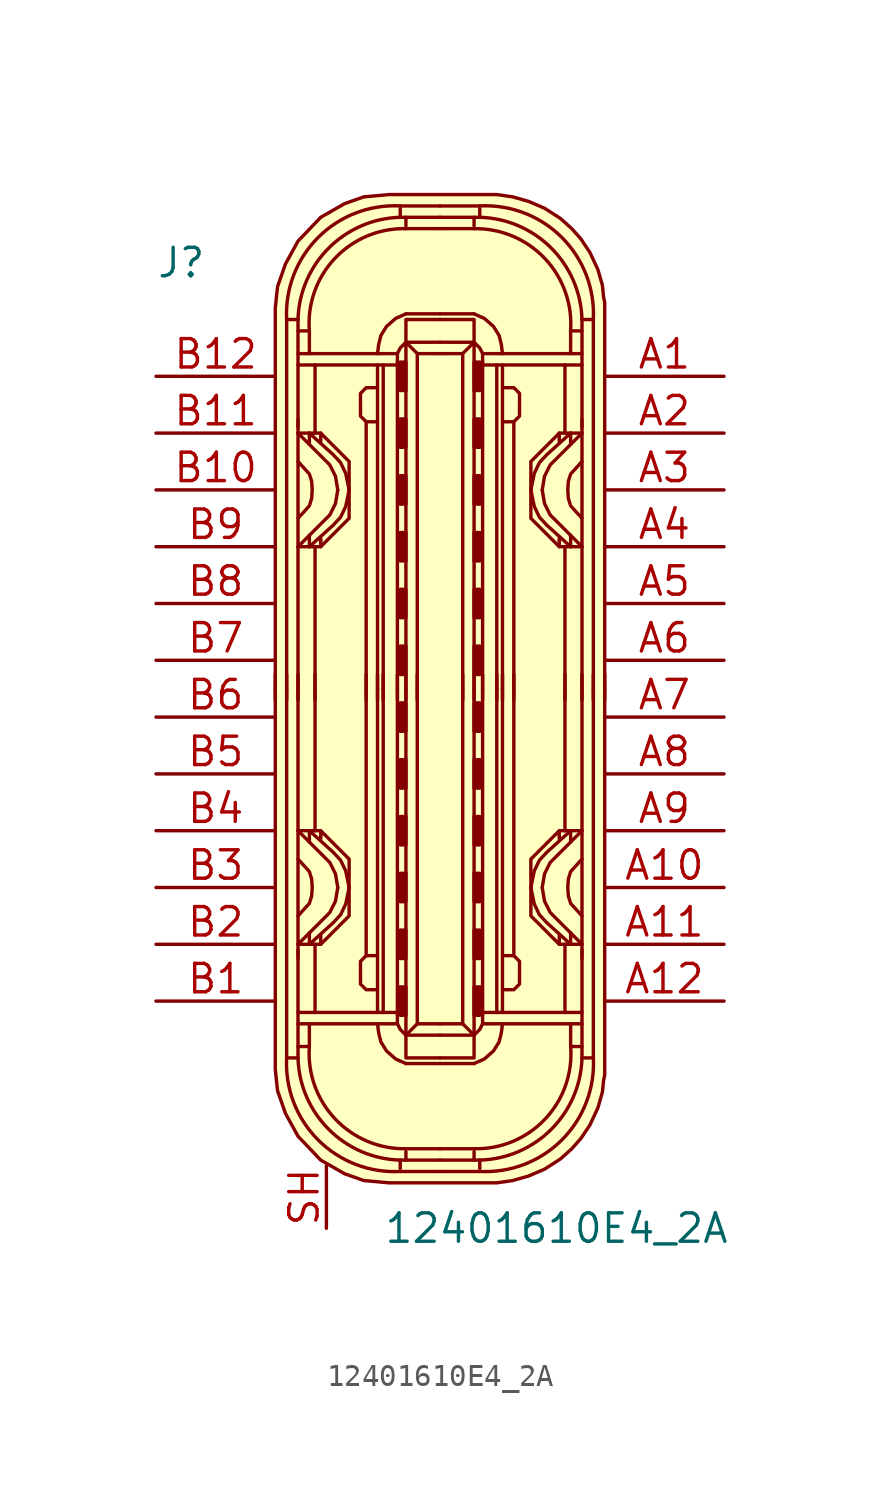
<source format=kicad_sym>
(kicad_symbol_lib
  (version 20201005)
  (generator kicad_symbol_editor)
  (symbol "12401610E4_2A"
    (pin_names
      (offset 1.016))
    (property "Reference" "J"
      (at -12.7 19.05 0)
      (effects (font (size 1.27 1.27)) (justify left)))
    (property "Value" "12401610E4_2A"
      (at -2.54 -24.13 0)
      (effects (font (size 1.27 1.27)) (justify left)))
    (symbol "12401610E4_2A_1_1"
      (arc (start -1.778 -21.59) (end -6.858 -16.51) (radius (at -2.032 -16.764) (length 4.826) (angles -87 177)) (stroke (width 0)) (fill (type none)))
      (arc (start -6.858 16.51) (end -1.778 21.59) (radius (at -2.032 16.764) (length 4.826) (angles -177 87)) (stroke (width 0)) (fill (type none)))
      (arc (start -6.35 -16.51) (end -1.778 -21.082) (radius (at -1.651 -16.383) (length 4.699) (angles -178.5 -91.5)) (stroke (width 0)) (fill (type none)))
      (arc (start -1.778 21.082) (end -6.35 16.51) (radius (at -1.651 16.383) (length 4.699) (angles 91.5 178.5)) (stroke (width 0)) (fill (type none)))
      (arc (start -5.842 -16.002) (end -1.524 -20.574) (radius (at -1.6002 -16.3322) (length 4.2672) (angles 175.5 -89)) (stroke (width 0)) (fill (type none)))
      (arc (start -1.524 20.574) (end -5.842 16.002) (radius (at -1.6002 16.3322) (length 4.2672) (angles 89 -175.5)) (stroke (width 0)) (fill (type none)))
      (arc (start 1.524 -20.574) (end 5.842 -16.002) (radius (at 1.6002 -16.3322) (length 4.2672) (angles -91 4.5)) (stroke (width 0)) (fill (type none)))
      (arc (start 5.842 16.002) (end 1.524 20.574) (radius (at 1.6002 16.3322) (length 4.2672) (angles -4.5 91)) (stroke (width 0)) (fill (type none)))
      (arc (start 1.778 -21.082) (end 6.35 -16.51) (radius (at 1.651 -16.383) (length 4.699) (angles -88.5 -1.5)) (stroke (width 0)) (fill (type none)))
      (arc (start 6.35 16.51) (end 1.778 21.082) (radius (at 1.651 16.383) (length 4.699) (angles 1.5 88.5)) (stroke (width 0)) (fill (type none)))
      (arc (start 6.858 -16.51) (end 1.778 -21.59) (radius (at 2.032 -16.764) (length 4.826) (angles 3 -93)) (stroke (width 0)) (fill (type none)))
      (arc (start 1.778 21.59) (end 6.858 16.51) (radius (at 2.032 16.764) (length 4.826) (angles 93 -3)) (stroke (width 0)) (fill (type none)))
      (rectangle (start -1.778 -14.605) (end -1.524 -13.335) (stroke (width 0)) (fill (type outline)))
      (rectangle (start -1.778 -12.065) (end -1.524 -10.795) (stroke (width 0)) (fill (type outline)))
      (rectangle (start -1.778 -9.525) (end -1.524 -8.255) (stroke (width 0)) (fill (type outline)))
      (rectangle (start -1.778 -6.985) (end -1.524 -5.715) (stroke (width 0)) (fill (type outline)))
      (rectangle (start -1.778 -4.445) (end -1.524 -3.175) (stroke (width 0)) (fill (type outline)))
      (rectangle (start -1.778 -1.905) (end -1.524 -0.635) (stroke (width 0)) (fill (type outline)))
      (rectangle (start -1.778 1.905) (end -1.524 0.635) (stroke (width 0)) (fill (type outline)))
      (rectangle (start -1.778 4.445) (end -1.524 3.175) (stroke (width 0)) (fill (type outline)))
      (rectangle (start -1.778 6.985) (end -1.524 5.715) (stroke (width 0)) (fill (type outline)))
      (rectangle (start -1.778 9.525) (end -1.524 8.255) (stroke (width 0)) (fill (type outline)))
      (rectangle (start -1.778 12.065) (end -1.524 10.795) (stroke (width 0)) (fill (type outline)))
      (rectangle (start -1.778 14.605) (end -1.524 13.335) (stroke (width 0)) (fill (type outline)))
      (rectangle (start 1.778 -14.605) (end 1.524 -13.335) (stroke (width 0)) (fill (type outline)))
      (rectangle (start 1.778 -12.065) (end 1.524 -10.795) (stroke (width 0)) (fill (type outline)))
      (rectangle (start 1.778 -9.525) (end 1.524 -8.255) (stroke (width 0)) (fill (type outline)))
      (rectangle (start 1.778 -6.985) (end 1.524 -5.715) (stroke (width 0)) (fill (type outline)))
      (rectangle (start 1.778 -4.445) (end 1.524 -3.175) (stroke (width 0)) (fill (type outline)))
      (rectangle (start 1.778 -1.905) (end 1.524 -0.635) (stroke (width 0)) (fill (type outline)))
      (rectangle (start 1.778 1.905) (end 1.524 0.635) (stroke (width 0)) (fill (type outline)))
      (rectangle (start 1.778 4.445) (end 1.524 3.175) (stroke (width 0)) (fill (type outline)))
      (rectangle (start 1.778 6.985) (end 1.524 5.715) (stroke (width 0)) (fill (type outline)))
      (rectangle (start 1.778 9.525) (end 1.524 8.255) (stroke (width 0)) (fill (type outline)))
      (rectangle (start 1.778 12.065) (end 1.524 10.795) (stroke (width 0)) (fill (type outline)))
      (rectangle (start 1.778 14.605) (end 1.524 13.335) (stroke (width 0)) (fill (type outline)))
      (polyline (pts (xy -7.366 -0.508) (xy -7.366 0.635)) (stroke (width 0)) (fill (type none)))
      (polyline (pts (xy -6.858 -0.508) (xy -6.858 0.635)) (stroke (width 0)) (fill (type none)))
      (polyline (pts (xy -6.35 -14.986) (xy -1.905 -14.986)) (stroke (width 0)) (fill (type none)))
      (polyline (pts (xy -6.35 -12.065) (xy -6.35 0)) (stroke (width 0)) (fill (type none)))
      (polyline (pts (xy -6.35 -0.508) (xy -6.35 0.635)) (stroke (width 0)) (fill (type none)))
      (polyline (pts (xy -6.35 12.065) (xy -6.35 0)) (stroke (width 0)) (fill (type none)))
      (polyline (pts (xy -6.35 14.986) (xy -1.905 14.986)) (stroke (width 0)) (fill (type none)))
      (polyline (pts (xy -5.842 -11.43) (xy -5.842 -10.922)) (stroke (width 0)) (fill (type none)))
      (polyline (pts (xy -5.842 -6.35) (xy -5.842 -6.858)) (stroke (width 0)) (fill (type none)))
      (polyline (pts (xy -5.842 6.35) (xy -5.842 6.858)) (stroke (width 0)) (fill (type none)))
      (polyline (pts (xy -5.842 11.43) (xy -5.842 10.922)) (stroke (width 0)) (fill (type none)))
      (polyline (pts (xy -5.588 -14.478) (xy -5.588 -11.43)) (stroke (width 0)) (fill (type none)))
      (polyline (pts (xy -5.588 -6.35) (xy -5.588 0)) (stroke (width 0)) (fill (type none)))
      (polyline (pts (xy -5.588 -0.508) (xy -5.588 0.635)) (stroke (width 0)) (fill (type none)))
      (polyline (pts (xy -5.588 6.35) (xy -5.588 0)) (stroke (width 0)) (fill (type none)))
      (polyline (pts (xy -5.588 14.478) (xy -5.588 11.43)) (stroke (width 0)) (fill (type none)))
      (polyline (pts (xy -5.334 -11.43) (xy -5.334 -11.049)) (stroke (width 0)) (fill (type none)))
      (polyline (pts (xy -5.334 -6.604) (xy -5.334 -6.731)) (stroke (width 0)) (fill (type none)))
      (polyline (pts (xy -5.334 -6.35) (xy -5.334 -6.604)) (stroke (width 0)) (fill (type none)))
      (polyline (pts (xy -5.334 6.35) (xy -5.334 6.604)) (stroke (width 0)) (fill (type none)))
      (polyline (pts (xy -5.334 6.604) (xy -5.334 6.731)) (stroke (width 0)) (fill (type none)))
      (polyline (pts (xy -5.334 11.43) (xy -5.334 11.049)) (stroke (width 0)) (fill (type none)))
      (polyline (pts (xy -3.302 -0.508) (xy -3.302 0.635)) (stroke (width 0)) (fill (type none)))
      (polyline (pts (xy -3.302 0) (xy -3.302 -11.938)) (stroke (width 0)) (fill (type none)))
      (polyline (pts (xy -3.302 0) (xy -3.302 11.938)) (stroke (width 0)) (fill (type none)))
      (polyline (pts (xy -2.794 -0.508) (xy -2.794 0.635)) (stroke (width 0)) (fill (type none)))
      (polyline (pts (xy -2.794 0) (xy -2.794 -14.478)) (stroke (width 0)) (fill (type none)))
      (polyline (pts (xy -2.794 0) (xy -2.794 14.478)) (stroke (width 0)) (fill (type none)))
      (polyline (pts (xy -2.54 -14.478) (xy -2.54 0)) (stroke (width 0)) (fill (type none)))
      (polyline (pts (xy -2.54 -0.508) (xy -2.54 0.635)) (stroke (width 0)) (fill (type none)))
      (polyline (pts (xy -2.54 14.478) (xy -2.54 0)) (stroke (width 0)) (fill (type none)))
      (polyline (pts (xy -1.905 -14.478) (xy -6.35 -14.478)) (stroke (width 0)) (fill (type none)))
      (polyline (pts (xy -1.905 -0.508) (xy -1.905 0.635)) (stroke (width 0)) (fill (type none)))
      (polyline (pts (xy -1.905 0) (xy -1.905 -14.605)) (stroke (width 0)) (fill (type none)))
      (polyline (pts (xy -1.905 0) (xy -1.905 14.605)) (stroke (width 0)) (fill (type none)))
      (polyline (pts (xy -1.905 14.478) (xy -6.35 14.478)) (stroke (width 0)) (fill (type none)))
      (polyline (pts (xy -1.778 -21.59) (xy 0 -21.59)) (stroke (width 0)) (fill (type background)))
      (polyline (pts (xy -1.778 -21.082) (xy -1.778 -21.463)) (stroke (width 0)) (fill (type none)))
      (polyline (pts (xy -1.778 -21.082) (xy 0 -21.082)) (stroke (width 0)) (fill (type none)))
      (polyline (pts (xy -1.778 21.082) (xy -1.778 21.463)) (stroke (width 0)) (fill (type none)))
      (polyline (pts (xy -1.778 21.082) (xy 0 21.082)) (stroke (width 0)) (fill (type none)))
      (polyline (pts (xy -1.778 21.59) (xy 0 21.59)) (stroke (width 0)) (fill (type background)))
      (polyline (pts (xy -1.524 -20.701) (xy -1.524 -21.082)) (stroke (width 0)) (fill (type none)))
      (polyline (pts (xy -1.524 -20.574) (xy 0 -20.574)) (stroke (width 0)) (fill (type none)))
      (polyline (pts (xy -1.524 -0.508) (xy -1.524 0.635)) (stroke (width 0)) (fill (type none)))
      (polyline (pts (xy -1.524 20.574) (xy 0 20.574)) (stroke (width 0)) (fill (type none)))
      (polyline (pts (xy -1.524 20.701) (xy -1.524 21.082)) (stroke (width 0)) (fill (type none)))
      (polyline (pts (xy -1.016 -14.986) (xy -1.524 -15.494)) (stroke (width 0)) (fill (type none)))
      (polyline (pts (xy -1.016 -0.508) (xy -1.016 0.635)) (stroke (width 0)) (fill (type none)))
      (polyline (pts (xy -1.016 14.986) (xy -1.524 15.494)) (stroke (width 0)) (fill (type none)))
      (polyline (pts (xy 0 -16.764) (xy -1.524 -16.764)) (stroke (width 0)) (fill (type none)))
      (polyline (pts (xy 0 -16.764) (xy 1.524 -16.764)) (stroke (width 0)) (fill (type none)))
      (polyline (pts (xy 0 16.764) (xy -1.524 16.764)) (stroke (width 0)) (fill (type none)))
      (polyline (pts (xy 0 16.764) (xy 1.524 16.764)) (stroke (width 0)) (fill (type none)))
      (polyline (pts (xy 1.016 -14.986) (xy 1.524 -15.494)) (stroke (width 0)) (fill (type none)))
      (polyline (pts (xy 1.016 -0.508) (xy 1.016 0.635)) (stroke (width 0)) (fill (type none)))
      (polyline (pts (xy 1.016 14.986) (xy 1.524 15.494)) (stroke (width 0)) (fill (type none)))
      (polyline (pts (xy 1.524 -20.701) (xy 1.524 -21.082)) (stroke (width 0)) (fill (type none)))
      (polyline (pts (xy 1.524 -20.574) (xy 0 -20.574)) (stroke (width 0)) (fill (type none)))
      (polyline (pts (xy 1.524 -0.508) (xy 1.524 0.635)) (stroke (width 0)) (fill (type none)))
      (polyline (pts (xy 1.524 20.574) (xy 0 20.574)) (stroke (width 0)) (fill (type none)))
      (polyline (pts (xy 1.524 20.701) (xy 1.524 21.082)) (stroke (width 0)) (fill (type none)))
      (polyline (pts (xy 1.778 -21.59) (xy 0 -21.59)) (stroke (width 0)) (fill (type background)))
      (polyline (pts (xy 1.778 -21.082) (xy 0 -21.082)) (stroke (width 0)) (fill (type none)))
      (polyline (pts (xy 1.778 -21.082) (xy 1.778 -21.463)) (stroke (width 0)) (fill (type none)))
      (polyline (pts (xy 1.778 21.082) (xy 0 21.082)) (stroke (width 0)) (fill (type none)))
      (polyline (pts (xy 1.778 21.082) (xy 1.778 21.463)) (stroke (width 0)) (fill (type none)))
      (polyline (pts (xy 1.778 21.59) (xy 0 21.59)) (stroke (width 0)) (fill (type background)))
      (polyline (pts (xy 1.905 -14.478) (xy 6.35 -14.478)) (stroke (width 0)) (fill (type none)))
      (polyline (pts (xy 1.905 -0.508) (xy 1.905 0.635)) (stroke (width 0)) (fill (type none)))
      (polyline (pts (xy 1.905 0) (xy 1.905 -14.605)) (stroke (width 0)) (fill (type none)))
      (polyline (pts (xy 1.905 0) (xy 1.905 14.605)) (stroke (width 0)) (fill (type none)))
      (polyline (pts (xy 1.905 14.478) (xy 6.35 14.478)) (stroke (width 0)) (fill (type none)))
      (polyline (pts (xy 2.54 -14.478) (xy 2.54 0)) (stroke (width 0)) (fill (type none)))
      (polyline (pts (xy 2.54 -0.508) (xy 2.54 0.635)) (stroke (width 0)) (fill (type none)))
      (polyline (pts (xy 2.54 14.478) (xy 2.54 0)) (stroke (width 0)) (fill (type none)))
      (polyline (pts (xy 2.794 -0.508) (xy 2.794 0.635)) (stroke (width 0)) (fill (type none)))
      (polyline (pts (xy 2.794 0) (xy 2.794 -14.478)) (stroke (width 0)) (fill (type none)))
      (polyline (pts (xy 2.794 0) (xy 2.794 14.478)) (stroke (width 0)) (fill (type none)))
      (polyline (pts (xy 3.302 -0.508) (xy 3.302 0.635)) (stroke (width 0)) (fill (type none)))
      (polyline (pts (xy 3.302 0) (xy 3.302 -11.938)) (stroke (width 0)) (fill (type none)))
      (polyline (pts (xy 3.302 0) (xy 3.302 11.938)) (stroke (width 0)) (fill (type none)))
      (polyline (pts (xy 5.334 -11.43) (xy 5.334 -11.049)) (stroke (width 0)) (fill (type none)))
      (polyline (pts (xy 5.334 -6.604) (xy 5.334 -6.731)) (stroke (width 0)) (fill (type none)))
      (polyline (pts (xy 5.334 -6.35) (xy 5.334 -6.604)) (stroke (width 0)) (fill (type none)))
      (polyline (pts (xy 5.334 6.35) (xy 5.334 6.604)) (stroke (width 0)) (fill (type none)))
      (polyline (pts (xy 5.334 6.604) (xy 5.334 6.731)) (stroke (width 0)) (fill (type none)))
      (polyline (pts (xy 5.334 11.43) (xy 5.334 11.049)) (stroke (width 0)) (fill (type none)))
      (polyline (pts (xy 5.588 -14.478) (xy 5.588 -11.43)) (stroke (width 0)) (fill (type none)))
      (polyline (pts (xy 5.588 -6.35) (xy 5.588 0)) (stroke (width 0)) (fill (type none)))
      (polyline (pts (xy 5.588 -0.508) (xy 5.588 0.635)) (stroke (width 0)) (fill (type none)))
      (polyline (pts (xy 5.588 6.35) (xy 5.588 0)) (stroke (width 0)) (fill (type none)))
      (polyline (pts (xy 5.588 14.478) (xy 5.588 11.43)) (stroke (width 0)) (fill (type none)))
      (polyline (pts (xy 5.842 -11.43) (xy 5.842 -10.922)) (stroke (width 0)) (fill (type none)))
      (polyline (pts (xy 5.842 -6.35) (xy 5.842 -6.858)) (stroke (width 0)) (fill (type none)))
      (polyline (pts (xy 5.842 6.35) (xy 5.842 6.858)) (stroke (width 0)) (fill (type none)))
      (polyline (pts (xy 5.842 11.43) (xy 5.842 10.922)) (stroke (width 0)) (fill (type none)))
      (polyline (pts (xy 6.35 -14.986) (xy 1.905 -14.986)) (stroke (width 0)) (fill (type none)))
      (polyline (pts (xy 6.35 -12.065) (xy 6.35 0)) (stroke (width 0)) (fill (type none)))
      (polyline (pts (xy 6.35 -0.508) (xy 6.35 0.635)) (stroke (width 0)) (fill (type none)))
      (polyline (pts (xy 6.35 12.065) (xy 6.35 0)) (stroke (width 0)) (fill (type none)))
      (polyline (pts (xy 6.35 14.986) (xy 1.905 14.986)) (stroke (width 0)) (fill (type none)))
      (polyline (pts (xy 6.858 -0.508) (xy 6.858 0.635)) (stroke (width 0)) (fill (type none)))
      (polyline (pts (xy 7.366 -0.508) (xy 7.366 0.635)) (stroke (width 0)) (fill (type none)))
      (polyline (pts (xy -6.35 -16.51) (xy -6.858 -16.51) (xy -6.858 0)) (stroke (width 0)) (fill (type none)))
      (polyline (pts (xy -6.35 -11.684) (xy -6.35 -15.875) (xy -6.35 -16.51)) (stroke (width 0)) (fill (type none)))
      (polyline (pts (xy -6.35 11.684) (xy -6.35 15.875) (xy -6.35 16.51)) (stroke (width 0)) (fill (type none)))
      (polyline (pts (xy -6.35 16.51) (xy -6.858 16.51) (xy -6.858 0)) (stroke (width 0)) (fill (type none)))
      (polyline (pts (xy -5.842 -14.986) (xy -5.842 -16.002) (xy -6.35 -16.002)) (stroke (width 0)) (fill (type none)))
      (polyline (pts (xy -5.842 14.986) (xy -5.842 16.002) (xy -6.35 16.002)) (stroke (width 0)) (fill (type none)))
      (polyline (pts (xy -1.524 0) (xy -1.524 -15.494) (xy 0 -15.494)) (stroke (width 0)) (fill (type none)))
      (polyline (pts (xy -1.524 0) (xy -1.524 15.494) (xy 0 15.494)) (stroke (width 0)) (fill (type none)))
      (polyline (pts (xy -1.016 0) (xy -1.016 -14.986) (xy 0 -14.986)) (stroke (width 0)) (fill (type none)))
      (polyline (pts (xy -1.016 0) (xy -1.016 14.986) (xy 0 14.986)) (stroke (width 0)) (fill (type none)))
      (polyline (pts (xy 1.016 0) (xy 1.016 -14.986) (xy 0 -14.986)) (stroke (width 0)) (fill (type none)))
      (polyline (pts (xy 1.016 0) (xy 1.016 14.986) (xy 0 14.986)) (stroke (width 0)) (fill (type none)))
      (polyline (pts (xy 1.524 0) (xy 1.524 -15.494) (xy 0 -15.494)) (stroke (width 0)) (fill (type none)))
      (polyline (pts (xy 1.524 0) (xy 1.524 15.494) (xy 0 15.494)) (stroke (width 0)) (fill (type none)))
      (polyline (pts (xy 5.842 -14.986) (xy 5.842 -16.002) (xy 6.35 -16.002)) (stroke (width 0)) (fill (type none)))
      (polyline (pts (xy 5.842 14.986) (xy 5.842 16.002) (xy 6.35 16.002)) (stroke (width 0)) (fill (type none)))
      (polyline (pts (xy 6.35 -16.51) (xy 6.858 -16.51) (xy 6.858 0)) (stroke (width 0)) (fill (type none)))
      (polyline (pts (xy 6.35 -11.684) (xy 6.35 -15.875) (xy 6.35 -16.51)) (stroke (width 0)) (fill (type none)))
      (polyline (pts (xy 6.35 11.684) (xy 6.35 15.875) (xy 6.35 16.51)) (stroke (width 0)) (fill (type none)))
      (polyline (pts (xy 6.35 16.51) (xy 6.858 16.51) (xy 6.858 0)) (stroke (width 0)) (fill (type none)))
      (polyline (pts (xy -6.35 -11.43) (xy -4.928 -10.008) (xy -4.674 -9.5) (xy -4.572 -8.89)) (stroke (width 0)) (fill (type none)))
      (polyline (pts (xy -6.35 -10.16) (xy -5.842 -9.601) (xy -5.74 -9.271) (xy -5.715 -8.915)) (stroke (width 0)) (fill (type none)))
      (polyline (pts (xy -6.35 -7.62) (xy -5.842 -8.179) (xy -5.74 -8.509) (xy -5.715 -8.865)) (stroke (width 0)) (fill (type none)))
      (polyline (pts (xy -6.35 -6.35) (xy -4.928 -7.772) (xy -4.674 -8.28) (xy -4.572 -8.89)) (stroke (width 0)) (fill (type none)))
      (polyline (pts (xy -6.35 6.35) (xy -4.928 7.772) (xy -4.674 8.28) (xy -4.572 8.89)) (stroke (width 0)) (fill (type none)))
      (polyline (pts (xy -6.35 7.62) (xy -5.842 8.179) (xy -5.74 8.509) (xy -5.715 8.865)) (stroke (width 0)) (fill (type none)))
      (polyline (pts (xy -6.35 10.16) (xy -5.842 9.601) (xy -5.74 9.271) (xy -5.715 8.915)) (stroke (width 0)) (fill (type none)))
      (polyline (pts (xy -6.35 11.43) (xy -4.928 10.008) (xy -4.674 9.5) (xy -4.572 8.89)) (stroke (width 0)) (fill (type none)))
      (polyline (pts (xy -1.905 -14.605) (xy -1.905 -14.986) (xy -1.778 -15.24) (xy -1.524 -15.494)) (stroke (width 0)) (fill (type none)))
      (polyline (pts (xy -1.905 14.605) (xy -1.905 14.986) (xy -1.778 15.24) (xy -1.524 15.494)) (stroke (width 0)) (fill (type none)))
      (polyline (pts (xy 0 -16.51) (xy -1.397 -16.51) (xy -1.524 -16.51) (xy -1.524 -15.494)) (stroke (width 0)) (fill (type none)))
      (polyline (pts (xy 0 -16.51) (xy 1.397 -16.51) (xy 1.524 -16.51) (xy 1.524 -15.494)) (stroke (width 0)) (fill (type none)))
      (polyline (pts (xy 0 16.51) (xy -1.397 16.51) (xy -1.524 16.51) (xy -1.524 15.494)) (stroke (width 0)) (fill (type none)))
      (polyline (pts (xy 0 16.51) (xy 1.397 16.51) (xy 1.524 16.51) (xy 1.524 15.494)) (stroke (width 0)) (fill (type none)))
      (polyline (pts (xy 1.905 -14.605) (xy 1.905 -14.986) (xy 1.778 -15.24) (xy 1.524 -15.494)) (stroke (width 0)) (fill (type none)))
      (polyline (pts (xy 1.905 14.605) (xy 1.905 14.986) (xy 1.778 15.24) (xy 1.524 15.494)) (stroke (width 0)) (fill (type none)))
      (polyline (pts (xy 6.35 -11.43) (xy 4.928 -10.008) (xy 4.674 -9.5) (xy 4.572 -8.89)) (stroke (width 0)) (fill (type none)))
      (polyline (pts (xy 6.35 -10.16) (xy 5.842 -9.601) (xy 5.74 -9.271) (xy 5.715 -8.915)) (stroke (width 0)) (fill (type none)))
      (polyline (pts (xy 6.35 -7.62) (xy 5.842 -8.179) (xy 5.74 -8.509) (xy 5.715 -8.865)) (stroke (width 0)) (fill (type none)))
      (polyline (pts (xy 6.35 -6.35) (xy 4.928 -7.772) (xy 4.674 -8.28) (xy 4.572 -8.89)) (stroke (width 0)) (fill (type none)))
      (polyline (pts (xy 6.35 6.35) (xy 4.928 7.772) (xy 4.674 8.28) (xy 4.572 8.89)) (stroke (width 0)) (fill (type none)))
      (polyline (pts (xy 6.35 7.62) (xy 5.842 8.179) (xy 5.74 8.509) (xy 5.715 8.865)) (stroke (width 0)) (fill (type none)))
      (polyline (pts (xy 6.35 10.16) (xy 5.842 9.601) (xy 5.74 9.271) (xy 5.715 8.915)) (stroke (width 0)) (fill (type none)))
      (polyline (pts (xy 6.35 11.43) (xy 4.928 10.008) (xy 4.674 9.5) (xy 4.572 8.89)) (stroke (width 0)) (fill (type none)))
      (polyline (pts (xy -5.842 -11.43) (xy -4.775 -10.465) (xy -4.445 -10.109) (xy -4.216 -9.627) (xy -4.064 -8.89)) (stroke (width 0)) (fill (type none)))
      (polyline (pts (xy -5.842 -6.35) (xy -4.775 -7.315) (xy -4.445 -7.671) (xy -4.216 -8.153) (xy -4.064 -8.89)) (stroke (width 0)) (fill (type none)))
      (polyline (pts (xy -5.842 6.35) (xy -4.775 7.315) (xy -4.445 7.671) (xy -4.216 8.153) (xy -4.064 8.89)) (stroke (width 0)) (fill (type none)))
      (polyline (pts (xy -5.842 11.43) (xy -4.775 10.465) (xy -4.445 10.109) (xy -4.216 9.627) (xy -4.064 8.89)) (stroke (width 0)) (fill (type none)))
      (polyline (pts (xy 5.842 -11.43) (xy 4.775 -10.465) (xy 4.445 -10.109) (xy 4.216 -9.627) (xy 4.064 -8.89)) (stroke (width 0)) (fill (type none)))
      (polyline (pts (xy 5.842 -6.35) (xy 4.775 -7.315) (xy 4.445 -7.671) (xy 4.216 -8.153) (xy 4.064 -8.89)) (stroke (width 0)) (fill (type none)))
      (polyline (pts (xy 5.842 6.35) (xy 4.775 7.315) (xy 4.445 7.671) (xy 4.216 8.153) (xy 4.064 8.89)) (stroke (width 0)) (fill (type none)))
      (polyline (pts (xy 5.842 11.43) (xy 4.775 10.465) (xy 4.445 10.109) (xy 4.216 9.627) (xy 4.064 8.89)) (stroke (width 0)) (fill (type none)))
      (polyline (pts (xy -6.35 -11.43) (xy -5.334 -11.43) (xy -4.064 -10.16) (xy -4.064 -7.62) (xy -5.334 -6.35) (xy -6.35 -6.35)) (stroke (width 0)) (fill (type none)))
      (polyline (pts (xy -6.35 11.43) (xy -5.334 11.43) (xy -4.064 10.16) (xy -4.064 7.62) (xy -5.334 6.35) (xy -6.35 6.35)) (stroke (width 0)) (fill (type none)))
      (polyline (pts (xy -2.794 -14.986) (xy -2.743 -15.392) (xy -2.642 -15.799) (xy -2.388 -16.205) (xy -1.981 -16.561) (xy -1.524 -16.764)) (stroke (width 0)) (fill (type none)))
      (polyline (pts (xy -2.794 -13.462) (xy -3.302 -13.462) (xy -3.556 -13.208) (xy -3.556 -12.192) (xy -3.302 -11.938) (xy -2.794 -11.938)) (stroke (width 0)) (fill (type none)))
      (polyline (pts (xy -2.794 13.462) (xy -3.302 13.462) (xy -3.556 13.208) (xy -3.556 12.192) (xy -3.302 11.938) (xy -2.794 11.938)) (stroke (width 0)) (fill (type none)))
      (polyline (pts (xy -2.794 14.986) (xy -2.743 15.392) (xy -2.642 15.799) (xy -2.388 16.205) (xy -1.981 16.561) (xy -1.524 16.764)) (stroke (width 0)) (fill (type none)))
      (polyline (pts (xy 2.794 -14.986) (xy 2.743 -15.392) (xy 2.642 -15.799) (xy 2.388 -16.205) (xy 1.981 -16.561) (xy 1.524 -16.764)) (stroke (width 0)) (fill (type none)))
      (polyline (pts (xy 2.794 -13.462) (xy 3.302 -13.462) (xy 3.556 -13.208) (xy 3.556 -12.192) (xy 3.302 -11.938) (xy 2.794 -11.938)) (stroke (width 0)) (fill (type none)))
      (polyline (pts (xy 2.794 13.462) (xy 3.302 13.462) (xy 3.556 13.208) (xy 3.556 12.192) (xy 3.302 11.938) (xy 2.794 11.938)) (stroke (width 0)) (fill (type none)))
      (polyline (pts (xy 2.794 14.986) (xy 2.743 15.392) (xy 2.642 15.799) (xy 2.388 16.205) (xy 1.981 16.561) (xy 1.524 16.764)) (stroke (width 0)) (fill (type none)))
      (polyline (pts (xy 6.35 -11.43) (xy 5.334 -11.43) (xy 4.064 -10.16) (xy 4.064 -7.62) (xy 5.334 -6.35) (xy 6.35 -6.35)) (stroke (width 0)) (fill (type none)))
      (polyline (pts (xy 6.35 11.43) (xy 5.334 11.43) (xy 4.064 10.16) (xy 4.064 7.62) (xy 5.334 6.35) (xy 6.35 6.35)) (stroke (width 0)) (fill (type none)))
      (polyline (pts (xy 7.366 0) (xy 7.366 -17.018) (xy 7.366 -17.272) (xy 7.315 -17.526) (xy 7.264 -18.034) (xy 7.061 -18.745) (xy 6.706 -19.507) (xy 6.299 -20.117) (xy 5.893 -20.574) (xy 5.385 -21.031) (xy 4.674 -21.488) (xy 3.962 -21.793) (xy 3.251 -21.996) (xy 2.54 -22.098) (xy -2.286 -22.098) (xy -3.404 -21.996) (xy -4.267 -21.692) (xy -5.334 -21.082) (xy -6.35 -20.015) (xy -6.909 -18.999) (xy -7.264 -17.983) (xy -7.315 -17.526) (xy -7.366 -17.018) (xy -7.366 0)) (stroke (width 0)) (fill (type background)))
      (polyline (pts (xy 7.366 0) (xy 7.366 17.018) (xy 7.366 17.272) (xy 7.315 17.526) (xy 7.264 18.034) (xy 7.061 18.745) (xy 6.706 19.507) (xy 6.299 20.117) (xy 5.893 20.574) (xy 5.385 21.031) (xy 4.674 21.488) (xy 3.962 21.793) (xy 3.251 21.996) (xy 2.54 22.098) (xy -2.286 22.098) (xy -3.404 21.996) (xy -4.267 21.692) (xy -5.334 21.082) (xy -6.35 20.015) (xy -6.909 18.999) (xy -7.264 17.983) (xy -7.315 17.526) (xy -7.366 17.018) (xy -7.366 0)) (stroke (width 0)) (fill (type background)))
      (pin passive line (at 12.7 13.97 180) (length 5.334) (name "~" (effects (font (size 1.27 1.27)))) (number "A1" (effects (font (size 1.27 1.27)))))
      (pin passive line (at 12.7 -8.89 180) (length 5.334) (name "~" (effects (font (size 1.27 1.27)))) (number "A10" (effects (font (size 1.27 1.27)))))
      (pin passive line (at 12.7 -11.43 180) (length 5.334) (name "~" (effects (font (size 1.27 1.27)))) (number "A11" (effects (font (size 1.27 1.27)))))
      (pin passive line (at 12.7 -13.97 180) (length 5.334) (name "~" (effects (font (size 1.27 1.27)))) (number "A12" (effects (font (size 1.27 1.27)))))
      (pin passive line (at 12.7 11.43 180) (length 5.334) (name "~" (effects (font (size 1.27 1.27)))) (number "A2" (effects (font (size 1.27 1.27)))))
      (pin passive line (at 12.7 8.89 180) (length 5.334) (name "~" (effects (font (size 1.27 1.27)))) (number "A3" (effects (font (size 1.27 1.27)))))
      (pin passive line (at 12.7 6.35 180) (length 5.334) (name "~" (effects (font (size 1.27 1.27)))) (number "A4" (effects (font (size 1.27 1.27)))))
      (pin passive line (at 12.7 3.81 180) (length 5.334) (name "~" (effects (font (size 1.27 1.27)))) (number "A5" (effects (font (size 1.27 1.27)))))
      (pin passive line (at 12.7 1.27 180) (length 5.334) (name "~" (effects (font (size 1.27 1.27)))) (number "A6" (effects (font (size 1.27 1.27)))))
      (pin passive line (at 12.7 -1.27 180) (length 5.334) (name "~" (effects (font (size 1.27 1.27)))) (number "A7" (effects (font (size 1.27 1.27)))))
      (pin passive line (at 12.7 -3.81 180) (length 5.334) (name "~" (effects (font (size 1.27 1.27)))) (number "A8" (effects (font (size 1.27 1.27)))))
      (pin passive line (at 12.7 -6.35 180) (length 5.334) (name "~" (effects (font (size 1.27 1.27)))) (number "A9" (effects (font (size 1.27 1.27)))))
      (pin passive line (at -12.7 -13.97 0) (length 5.334) (name "~" (effects (font (size 1.27 1.27)))) (number "B1" (effects (font (size 1.27 1.27)))))
      (pin passive line (at -12.7 8.89 0) (length 5.334) (name "~" (effects (font (size 1.27 1.27)))) (number "B10" (effects (font (size 1.27 1.27)))))
      (pin passive line (at -12.7 11.43 0) (length 5.334) (name "~" (effects (font (size 1.27 1.27)))) (number "B11" (effects (font (size 1.27 1.27)))))
      (pin passive line (at -12.7 13.97 0) (length 5.334) (name "~" (effects (font (size 1.27 1.27)))) (number "B12" (effects (font (size 1.27 1.27)))))
      (pin passive line (at -12.7 -11.43 0) (length 5.334) (name "~" (effects (font (size 1.27 1.27)))) (number "B2" (effects (font (size 1.27 1.27)))))
      (pin passive line (at -12.7 -8.89 0) (length 5.334) (name "~" (effects (font (size 1.27 1.27)))) (number "B3" (effects (font (size 1.27 1.27)))))
      (pin passive line (at -12.7 -6.35 0) (length 5.334) (name "~" (effects (font (size 1.27 1.27)))) (number "B4" (effects (font (size 1.27 1.27)))))
      (pin passive line (at -12.7 -3.81 0) (length 5.334) (name "~" (effects (font (size 1.27 1.27)))) (number "B5" (effects (font (size 1.27 1.27)))))
      (pin passive line (at -12.7 -1.27 0) (length 5.334) (name "~" (effects (font (size 1.27 1.27)))) (number "B6" (effects (font (size 1.27 1.27)))))
      (pin passive line (at -12.7 1.27 0) (length 5.334) (name "~" (effects (font (size 1.27 1.27)))) (number "B7" (effects (font (size 1.27 1.27)))))
      (pin passive line (at -12.7 3.81 0) (length 5.334) (name "~" (effects (font (size 1.27 1.27)))) (number "B8" (effects (font (size 1.27 1.27)))))
      (pin passive line (at -12.7 6.35 0) (length 5.334) (name "~" (effects (font (size 1.27 1.27)))) (number "B9" (effects (font (size 1.27 1.27)))))
      (pin input line (at -5.08 -24.13 90) (length 2.794) (name "~" (effects (font (size 1.27 1.27)))) (number "SH" (effects (font (size 1.27 1.27))))))))
</source>
